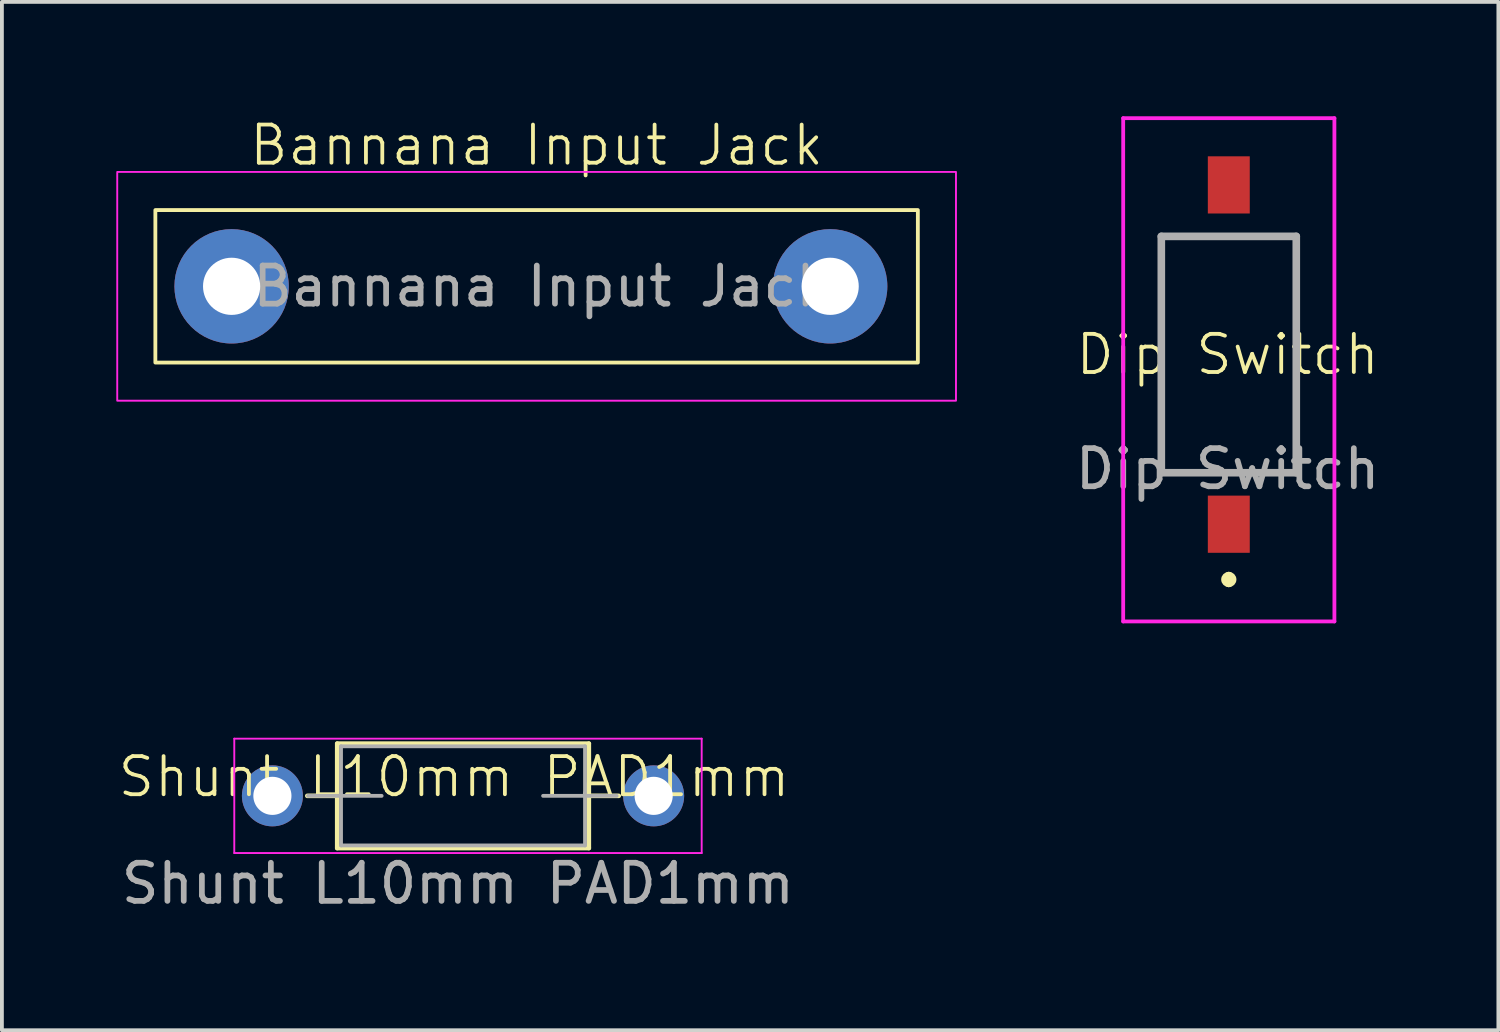
<source format=kicad_pcb>
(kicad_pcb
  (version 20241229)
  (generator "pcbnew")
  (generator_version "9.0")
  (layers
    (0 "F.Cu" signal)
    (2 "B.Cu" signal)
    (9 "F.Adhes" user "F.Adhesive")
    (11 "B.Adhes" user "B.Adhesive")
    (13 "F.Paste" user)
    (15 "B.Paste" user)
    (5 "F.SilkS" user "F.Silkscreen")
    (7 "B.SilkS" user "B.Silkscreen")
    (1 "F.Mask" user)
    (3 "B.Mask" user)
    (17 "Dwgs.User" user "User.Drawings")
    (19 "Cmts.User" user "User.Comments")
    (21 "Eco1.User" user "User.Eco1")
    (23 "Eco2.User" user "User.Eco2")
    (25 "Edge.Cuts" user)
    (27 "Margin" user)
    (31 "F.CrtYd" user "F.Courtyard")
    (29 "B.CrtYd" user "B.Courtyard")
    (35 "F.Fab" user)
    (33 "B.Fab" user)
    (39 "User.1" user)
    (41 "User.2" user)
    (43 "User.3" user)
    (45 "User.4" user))
  (footprint "Bannana Input Jack"
    (layer "F.Cu")
    (at 11.025 4.46)
    (property "Reference" "Bannana Input Jack" (at 0 -3.7 0) (unlocked yes) (layer "F.SilkS") (effects (font (size 1 1) (thickness 0.1))))
    (attr through_hole)
    (fp_rect (start -10 -2) (end 10 2) (stroke (width 0.1) (type default)) (fill no) (layer "F.SilkS"))
    (fp_rect (start 11 -3) (end -11 3) (stroke (width 0.05) (type default)) (fill no) (layer "F.CrtYd"))
    (fp_text user "${REFERENCE}" (at 0.1 0 0) (unlocked yes) (layer "F.Fab") (effects (font (size 1 1) (thickness 0.15))))
    (pad "1" thru_hole circle (at -8 0) (size 3 3) (drill 1.5) (layers "*.Cu" "*.Mask"))
    (pad "2" thru_hole circle (at 7.7 0) (size 3 3) (drill 1.5) (layers "*.Cu" "*.Mask")))
  (footprint "Shunt L10mm PAD1mm"
    (layer "F.Cu")
    (at 8.86 17.825)
    (property "Reference" "Shunt L10mm PAD1mm" (at 0 -0.5 0) (unlocked yes) (layer "F.SilkS") (effects (font (size 1 1) (thickness 0.1))))
    (attr smd)
    (fp_line (start -3.85 0) (end -3.08 0) (stroke (width 0.12) (type solid)) (layer "F.SilkS"))
    (fp_line (start -3.065 -1.37) (end -3.065 1.37) (stroke (width 0.12) (type solid)) (layer "F.SilkS"))
    (fp_line (start -3.065 1.37) (end 3.535 1.37) (stroke (width 0.12) (type solid)) (layer "F.SilkS"))
    (fp_line (start 3.535 -1.37) (end -3.065 -1.37) (stroke (width 0.12) (type solid)) (layer "F.SilkS"))
    (fp_line (start 3.535 1.37) (end 3.535 -1.37) (stroke (width 0.12) (type solid)) (layer "F.SilkS"))
    (fp_line (start 4.32 0) (end 3.55 0) (stroke (width 0.12) (type solid)) (layer "F.SilkS"))
    (fp_line (start -5.765 -1.5) (end -5.765 1.5) (stroke (width 0.05) (type solid)) (layer "F.CrtYd"))
    (fp_line (start -5.765 1.5) (end 6.495 1.5) (stroke (width 0.05) (type solid)) (layer "F.CrtYd"))
    (fp_line (start 6.495 -1.5) (end -5.765 -1.5) (stroke (width 0.05) (type solid)) (layer "F.CrtYd"))
    (fp_line (start 6.495 1.5) (end 6.495 -1.5) (stroke (width 0.05) (type solid)) (layer "F.CrtYd"))
    (fp_line (start -3.83 0) (end -1.9 0) (stroke (width 0.1) (type solid)) (layer "F.Fab"))
    (fp_line (start -2.965 -1.3) (end -2.965 1.3) (stroke (width 0.1) (type solid)) (layer "F.Fab"))
    (fp_line (start -2.965 1.3) (end 3.435 1.3) (stroke (width 0.1) (type solid)) (layer "F.Fab"))
    (fp_line (start 3.435 -1.3) (end -2.965 -1.3) (stroke (width 0.1) (type solid)) (layer "F.Fab"))
    (fp_line (start 3.435 1.3) (end 3.435 -1.3) (stroke (width 0.1) (type solid)) (layer "F.Fab"))
    (fp_line (start 4.265 0) (end 2.335 0) (stroke (width 0.1) (type solid)) (layer "F.Fab"))
    (fp_text user "${REFERENCE}" (at 0.1 2.3 0) (unlocked yes) (layer "F.Fab") (effects (font (size 1 1) (thickness 0.15))))
    (pad "1" thru_hole circle (at 5.235 0) (size 1.6 1.6) (drill 1) (layers "*.Cu" "*.Mask"))
    (pad "2" thru_hole oval (at -4.765 0) (size 1.6 1.6) (drill 1) (layers "*.Cu" "*.Mask")))
  (footprint "Dip Switch"
    (layer "F.Cu")
    (at 29.151 6.75)
    (property "Reference" "Dip Switch" (at 0 -0.5 0) (unlocked yes) (layer "F.SilkS") (effects (font (size 1 1) (thickness 0.1))))
    (attr smd)
    (fp_line (start -1.74 -3.6) (end 1.8 -3.6) (stroke (width 0.1) (type solid)) (layer "F.SilkS"))
    (fp_line (start -1.74 2.6) (end -1.74 -3.6) (stroke (width 0.1) (type solid)) (layer "F.SilkS"))
    (fp_line (start 0.03 5.3) (end 0.03 5.3) (stroke (width 0.2) (type solid)) (layer "F.SilkS"))
    (fp_line (start 0.03 5.5) (end 0.03 5.5) (stroke (width 0.2) (type solid)) (layer "F.SilkS"))
    (fp_line (start 1.8 -3.6) (end 1.8 2.6) (stroke (width 0.1) (type solid)) (layer "F.SilkS"))
    (fp_line (start 1.8 2.6) (end -1.74 2.6) (stroke (width 0.1) (type solid)) (layer "F.SilkS"))
    (fp_arc (start 0.03 5.3) (mid 0.13 5.4) (end 0.03 5.5) (stroke (width 0.2) (type solid)) (layer "F.SilkS"))
    (fp_arc (start 0.03 5.5) (mid -0.07 5.4) (end 0.03 5.3) (stroke (width 0.2) (type solid)) (layer "F.SilkS"))
    (fp_line (start -2.74 -6.7) (end 2.8 -6.7) (stroke (width 0.1) (type solid)) (layer "F.CrtYd"))
    (fp_line (start -2.74 6.5) (end -2.74 -6.7) (stroke (width 0.1) (type solid)) (layer "F.CrtYd"))
    (fp_line (start 2.8 -6.7) (end 2.8 6.5) (stroke (width 0.1) (type solid)) (layer "F.CrtYd"))
    (fp_line (start 2.8 6.5) (end -2.74 6.5) (stroke (width 0.1) (type solid)) (layer "F.CrtYd"))
    (fp_line (start -1.74 -3.6) (end 1.8 -3.6) (stroke (width 0.2) (type solid)) (layer "F.Fab"))
    (fp_line (start -1.74 2.6) (end -1.74 -3.6) (stroke (width 0.2) (type solid)) (layer "F.Fab"))
    (fp_line (start 1.8 -3.6) (end 1.8 2.6) (stroke (width 0.2) (type solid)) (layer "F.Fab"))
    (fp_line (start 1.8 2.6) (end -1.74 2.6) (stroke (width 0.2) (type solid)) (layer "F.Fab"))
    (fp_text user "${REFERENCE}" (at 0 2.5 0) (unlocked yes) (layer "F.Fab") (effects (font (size 1 1) (thickness 0.15))))
    (pad "1" smd rect (at 0.03 3.95) (size 1.1 1.5) (layers "F.Cu" "F.Mask" "F.Paste"))
    (pad "2" smd rect (at 0.03 -4.95) (size 1.1 1.5) (layers "F.Cu" "F.Mask" "F.Paste")))
  (gr_rect
    (start -3 -3)
    (end 36.252 23.973)
    (stroke (width 0.1) (type default))
    (fill no)
    (layer "Edge.Cuts")))
</source>
